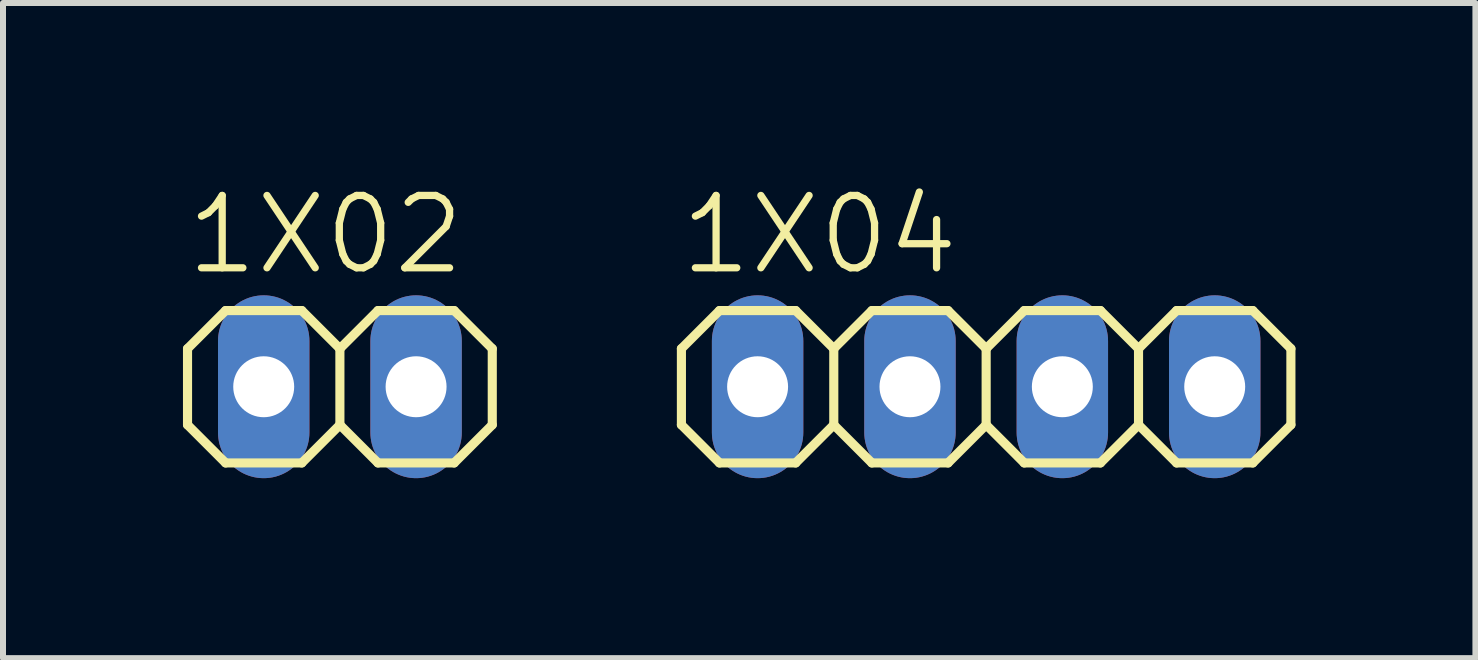
<source format=kicad_pcb>
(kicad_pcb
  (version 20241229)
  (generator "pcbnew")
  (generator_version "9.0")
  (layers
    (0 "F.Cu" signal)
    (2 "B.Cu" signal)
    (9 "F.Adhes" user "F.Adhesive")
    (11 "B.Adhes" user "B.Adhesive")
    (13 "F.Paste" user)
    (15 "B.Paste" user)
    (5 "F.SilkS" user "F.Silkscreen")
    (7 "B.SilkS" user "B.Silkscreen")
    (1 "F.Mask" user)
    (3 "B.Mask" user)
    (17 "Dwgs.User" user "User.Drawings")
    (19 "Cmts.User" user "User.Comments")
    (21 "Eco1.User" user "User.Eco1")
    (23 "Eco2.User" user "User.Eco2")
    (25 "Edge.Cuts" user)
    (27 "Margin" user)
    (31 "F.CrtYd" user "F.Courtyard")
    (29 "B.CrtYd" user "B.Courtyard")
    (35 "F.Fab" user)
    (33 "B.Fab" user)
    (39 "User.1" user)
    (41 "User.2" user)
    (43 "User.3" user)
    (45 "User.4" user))
  (footprint "1X02"
    (layer "F.Cu")
    (at 2.616 3.397)
    (property "Reference" "1X02" (at -2.616 -1.829 0) (layer "F.SilkS") (effects (font (size 1.206 1.206) (thickness 0.121)) (justify left bottom)))
    (attr through_hole)
    (fp_line (start -2.54 -0.635) (end -2.54 0.635) (stroke (width 0.152) (type solid)) (layer "F.SilkS"))
    (fp_line (start -2.54 0.635) (end -1.905 1.27) (stroke (width 0.152) (type solid)) (layer "F.SilkS"))
    (fp_line (start -1.905 -1.27) (end -2.54 -0.635) (stroke (width 0.152) (type solid)) (layer "F.SilkS"))
    (fp_line (start -1.905 -1.27) (end -0.635 -1.27) (stroke (width 0.152) (type solid)) (layer "F.SilkS"))
    (fp_line (start -0.635 -1.27) (end 0 -0.635) (stroke (width 0.152) (type solid)) (layer "F.SilkS"))
    (fp_line (start -0.635 1.27) (end -1.905 1.27) (stroke (width 0.152) (type solid)) (layer "F.SilkS"))
    (fp_line (start 0 -0.635) (end 0 0.635) (stroke (width 0.152) (type solid)) (layer "F.SilkS"))
    (fp_line (start 0 -0.635) (end 0.635 -1.27) (stroke (width 0.152) (type solid)) (layer "F.SilkS"))
    (fp_line (start 0 0.635) (end -0.635 1.27) (stroke (width 0.152) (type solid)) (layer "F.SilkS"))
    (fp_line (start 0.635 -1.27) (end 1.905 -1.27) (stroke (width 0.152) (type solid)) (layer "F.SilkS"))
    (fp_line (start 0.635 1.27) (end 0 0.635) (stroke (width 0.152) (type solid)) (layer "F.SilkS"))
    (fp_line (start 1.905 -1.27) (end 2.54 -0.635) (stroke (width 0.152) (type solid)) (layer "F.SilkS"))
    (fp_line (start 1.905 1.27) (end 0.635 1.27) (stroke (width 0.152) (type solid)) (layer "F.SilkS"))
    (fp_line (start 2.54 -0.635) (end 2.54 0.635) (stroke (width 0.152) (type solid)) (layer "F.SilkS"))
    (fp_line (start 2.54 0.635) (end 1.905 1.27) (stroke (width 0.152) (type solid)) (layer "F.SilkS"))
    (fp_poly (pts (xy -1.524 0.254) (xy -1.016 0.254) (xy -1.016 -0.254) (xy -1.524 -0.254)) (stroke (width 0.1) (type solid)) (fill no) (layer "F.Fab"))
    (fp_poly (pts (xy 1.016 0.254) (xy 1.524 0.254) (xy 1.524 -0.254) (xy 1.016 -0.254)) (stroke (width 0.1) (type solid)) (fill no) (layer "F.Fab"))
    (pad "1" thru_hole oval (at -1.27 0 90) (size 3.048 1.524) (drill 1.016) (layers "*.Cu" "*.Mask"))
    (pad "2" thru_hole oval (at 1.27 0 90) (size 3.048 1.524) (drill 1.016) (layers "*.Cu" "*.Mask")))
  (footprint "1X04"
    (layer "F.Cu")
    (at 13.389 3.397)
    (property "Reference" "1X04" (at -5.156 -1.829 0) (layer "F.SilkS") (effects (font (size 1.206 1.206) (thickness 0.121)) (justify left bottom)))
    (attr through_hole)
    (fp_line (start -5.08 -0.635) (end -5.08 0.635) (stroke (width 0.152) (type solid)) (layer "F.SilkS"))
    (fp_line (start -5.08 0.635) (end -4.445 1.27) (stroke (width 0.152) (type solid)) (layer "F.SilkS"))
    (fp_line (start -4.445 -1.27) (end -5.08 -0.635) (stroke (width 0.152) (type solid)) (layer "F.SilkS"))
    (fp_line (start -4.445 -1.27) (end -3.175 -1.27) (stroke (width 0.152) (type solid)) (layer "F.SilkS"))
    (fp_line (start -3.175 -1.27) (end -2.54 -0.635) (stroke (width 0.152) (type solid)) (layer "F.SilkS"))
    (fp_line (start -3.175 1.27) (end -4.445 1.27) (stroke (width 0.152) (type solid)) (layer "F.SilkS"))
    (fp_line (start -2.54 -0.635) (end -2.54 0.635) (stroke (width 0.152) (type solid)) (layer "F.SilkS"))
    (fp_line (start -2.54 -0.635) (end -1.905 -1.27) (stroke (width 0.152) (type solid)) (layer "F.SilkS"))
    (fp_line (start -2.54 0.635) (end -3.175 1.27) (stroke (width 0.152) (type solid)) (layer "F.SilkS"))
    (fp_line (start -1.905 -1.27) (end -0.635 -1.27) (stroke (width 0.152) (type solid)) (layer "F.SilkS"))
    (fp_line (start -1.905 1.27) (end -2.54 0.635) (stroke (width 0.152) (type solid)) (layer "F.SilkS"))
    (fp_line (start -0.635 -1.27) (end 0 -0.635) (stroke (width 0.152) (type solid)) (layer "F.SilkS"))
    (fp_line (start -0.635 1.27) (end -1.905 1.27) (stroke (width 0.152) (type solid)) (layer "F.SilkS"))
    (fp_line (start 0 -0.635) (end 0 0.635) (stroke (width 0.152) (type solid)) (layer "F.SilkS"))
    (fp_line (start 0 -0.635) (end 0.635 -1.27) (stroke (width 0.152) (type solid)) (layer "F.SilkS"))
    (fp_line (start 0 0.635) (end -0.635 1.27) (stroke (width 0.152) (type solid)) (layer "F.SilkS"))
    (fp_line (start 0.635 -1.27) (end 1.905 -1.27) (stroke (width 0.152) (type solid)) (layer "F.SilkS"))
    (fp_line (start 0.635 1.27) (end 0 0.635) (stroke (width 0.152) (type solid)) (layer "F.SilkS"))
    (fp_line (start 1.905 -1.27) (end 2.54 -0.635) (stroke (width 0.152) (type solid)) (layer "F.SilkS"))
    (fp_line (start 1.905 1.27) (end 0.635 1.27) (stroke (width 0.152) (type solid)) (layer "F.SilkS"))
    (fp_line (start 2.54 -0.635) (end 2.54 0.635) (stroke (width 0.152) (type solid)) (layer "F.SilkS"))
    (fp_line (start 2.54 0.635) (end 1.905 1.27) (stroke (width 0.152) (type solid)) (layer "F.SilkS"))
    (fp_line (start 2.54 0.635) (end 3.175 1.27) (stroke (width 0.152) (type solid)) (layer "F.SilkS"))
    (fp_line (start 3.175 -1.27) (end 2.54 -0.635) (stroke (width 0.152) (type solid)) (layer "F.SilkS"))
    (fp_line (start 3.175 -1.27) (end 4.445 -1.27) (stroke (width 0.152) (type solid)) (layer "F.SilkS"))
    (fp_line (start 4.445 -1.27) (end 5.08 -0.635) (stroke (width 0.152) (type solid)) (layer "F.SilkS"))
    (fp_line (start 4.445 1.27) (end 3.175 1.27) (stroke (width 0.152) (type solid)) (layer "F.SilkS"))
    (fp_line (start 5.08 -0.635) (end 5.08 0.635) (stroke (width 0.152) (type solid)) (layer "F.SilkS"))
    (fp_line (start 5.08 0.635) (end 4.445 1.27) (stroke (width 0.152) (type solid)) (layer "F.SilkS"))
    (fp_poly (pts (xy -4.064 0.254) (xy -3.556 0.254) (xy -3.556 -0.254) (xy -4.064 -0.254)) (stroke (width 0.1) (type solid)) (fill no) (layer "F.Fab"))
    (fp_poly (pts (xy -1.524 0.254) (xy -1.016 0.254) (xy -1.016 -0.254) (xy -1.524 -0.254)) (stroke (width 0.1) (type solid)) (fill no) (layer "F.Fab"))
    (fp_poly (pts (xy 1.016 0.254) (xy 1.524 0.254) (xy 1.524 -0.254) (xy 1.016 -0.254)) (stroke (width 0.1) (type solid)) (fill no) (layer "F.Fab"))
    (fp_poly (pts (xy 3.556 0.254) (xy 4.064 0.254) (xy 4.064 -0.254) (xy 3.556 -0.254)) (stroke (width 0.1) (type solid)) (fill no) (layer "F.Fab"))
    (pad "1" thru_hole oval (at -3.81 0 90) (size 3.048 1.524) (drill 1.016) (layers "*.Cu" "*.Mask"))
    (pad "2" thru_hole oval (at -1.27 0 90) (size 3.048 1.524) (drill 1.016) (layers "*.Cu" "*.Mask"))
    (pad "3" thru_hole oval (at 1.27 0 90) (size 3.048 1.524) (drill 1.016) (layers "*.Cu" "*.Mask"))
    (pad "4" thru_hole oval (at 3.81 0 90) (size 3.048 1.524) (drill 1.016) (layers "*.Cu" "*.Mask")))
  (gr_rect
    (start -3 -3)
    (end 21.545 7.921)
    (stroke (width 0.1) (type default))
    (fill no)
    (layer "Edge.Cuts")))
</source>
